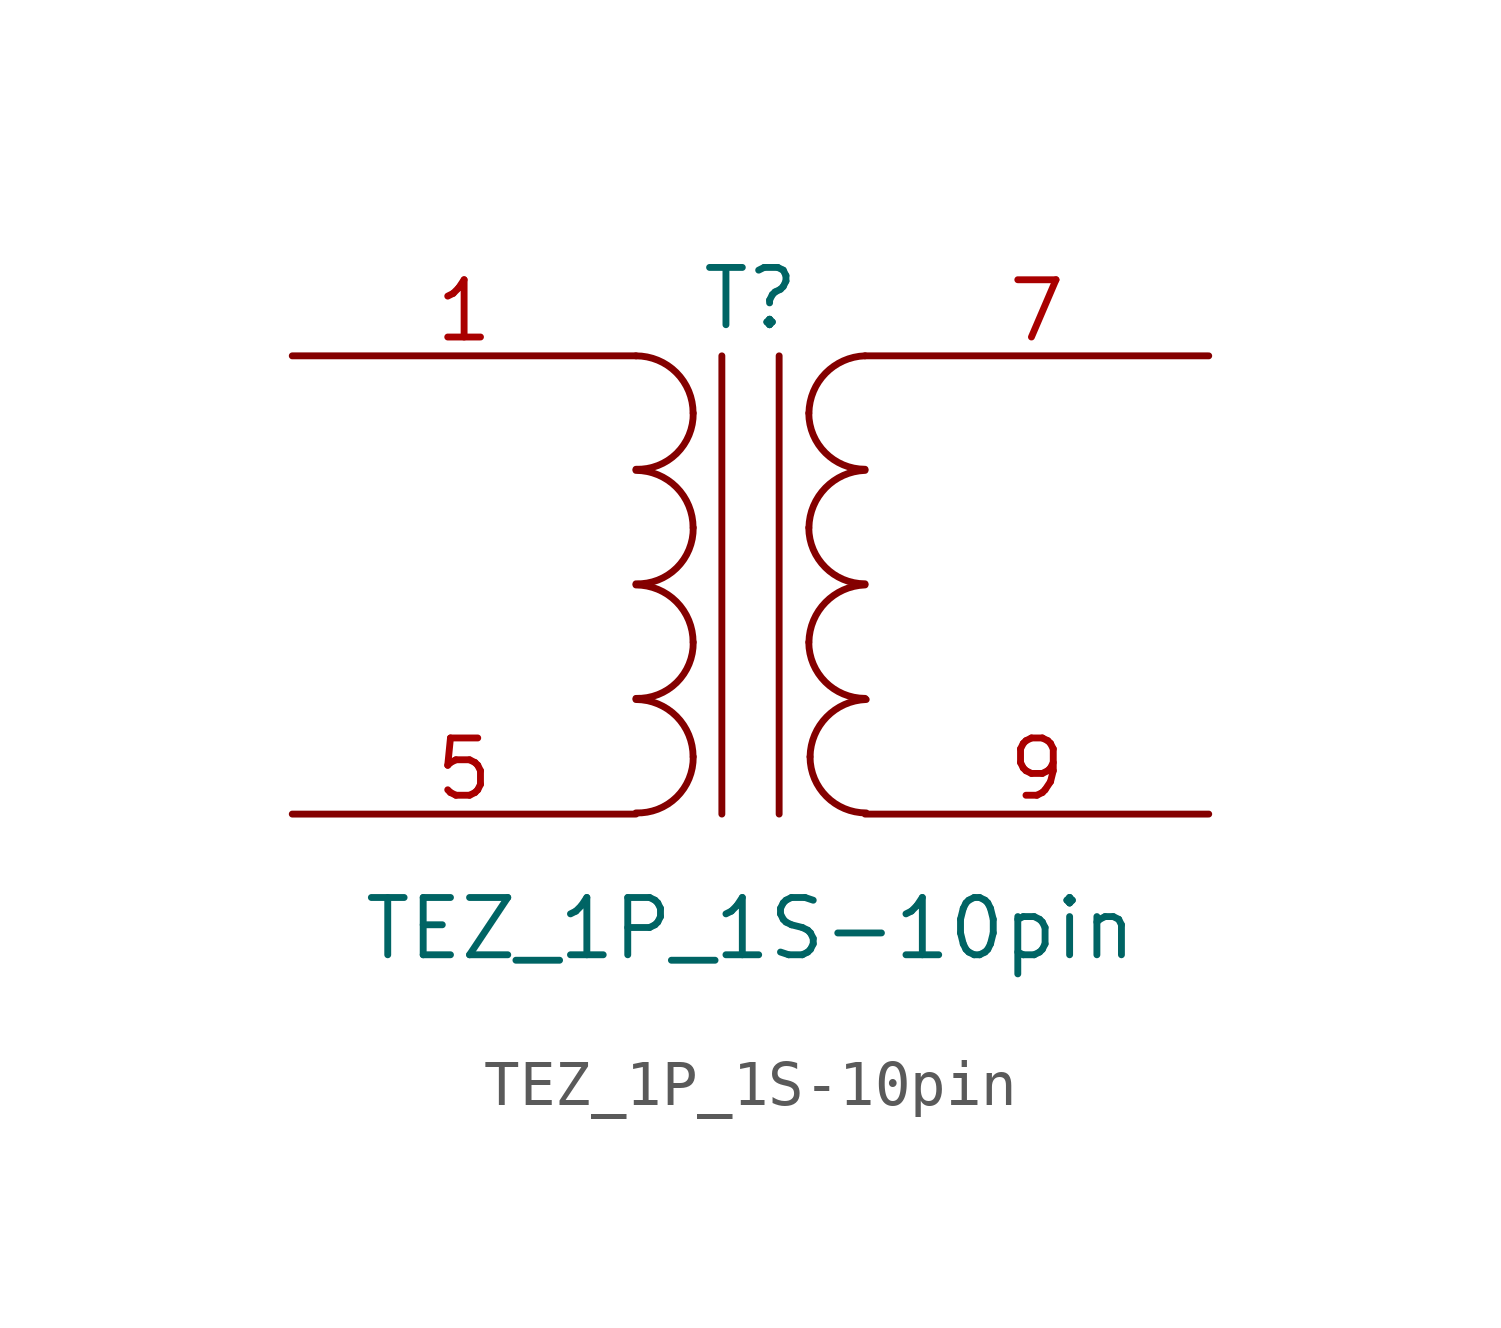
<source format=kicad_sym>
(kicad_symbol_lib
  (version 20201005)
  (generator kicad_symbol_editor)
  (symbol "TEZ_1P_1S-10pin"
    (pin_names
      (offset 1.016) hide)
    (property "Reference" "T"
      (at 0 6.35 0)
      (effects (font (size 1.27 1.27))))
    (property "Value" "TEZ_1P_1S-10pin"
      (at 0 -7.62 0)
      (effects (font (size 1.27 1.27))))
    (symbol "TEZ_1P_1S-10pin_0_1"
      (arc (start -2.54 -2.54) (end -1.27 -3.81) (radius (at -2.54 -3.81) (length 1.27) (angles 89.9 0.1)) (stroke (width 0)) (fill (type none)))
      (arc (start -1.27 -3.81) (end -2.54 -5.0546) (radius (at -2.54 -3.81) (length 1.27) (angles -0.1 -89.9)) (stroke (width 0)) (fill (type none)))
      (arc (start -2.54 0) (end -1.27 -1.27) (radius (at -2.54 -1.27) (length 1.27) (angles 89.9 0.1)) (stroke (width 0)) (fill (type none)))
      (arc (start -1.27 -1.27) (end -2.54 -2.5146) (radius (at -2.54 -1.27) (length 1.27) (angles -0.1 -89.9)) (stroke (width 0)) (fill (type none)))
      (arc (start -2.54 2.54) (end -1.27 1.27) (radius (at -2.54 1.27) (length 1.27) (angles 89.9 0.1)) (stroke (width 0)) (fill (type none)))
      (arc (start -1.27 1.27) (end -2.54 0.0254) (radius (at -2.54 1.27) (length 1.27) (angles -0.1 -89.9)) (stroke (width 0)) (fill (type none)))
      (arc (start -2.54 5.08) (end -1.27 3.81) (radius (at -2.54 3.81) (length 1.27) (angles 89.9 0.1)) (stroke (width 0)) (fill (type none)))
      (arc (start -1.27 3.81) (end -2.54 2.5654) (radius (at -2.54 3.81) (length 1.27) (angles -0.1 -89.9)) (stroke (width 0)) (fill (type none)))
      (arc (start 2.54 0) (end 1.2954 -1.27) (radius (at 2.54 -1.27) (length 1.27) (angles 89.9 -179.9)) (stroke (width 0)) (fill (type none)))
      (arc (start 1.2954 -1.27) (end 2.54 -2.5146) (radius (at 2.54 -1.27) (length 1.27) (angles 179.9 -89.9)) (stroke (width 0)) (fill (type none)))
      (arc (start 2.54 2.54) (end 1.2954 1.27) (radius (at 2.54 1.27) (length 1.27) (angles 89.9 -179.9)) (stroke (width 0)) (fill (type none)))
      (arc (start 1.2954 1.27) (end 2.54 0.0254) (radius (at 2.54 1.27) (length 1.27) (angles 179.9 -89.9)) (stroke (width 0)) (fill (type none)))
      (arc (start 2.54 5.08) (end 1.2954 3.81) (radius (at 2.54 3.81) (length 1.27) (angles 89.9 -179.9)) (stroke (width 0)) (fill (type none)))
      (arc (start 1.2954 3.81) (end 2.54 2.5654) (radius (at 2.54 3.81) (length 1.27) (angles 179.9 -89.9)) (stroke (width 0)) (fill (type none)))
      (arc (start 2.5654 -2.54) (end 1.3208 -3.81) (radius (at 2.5654 -3.81) (length 1.27) (angles 91 -179.9)) (stroke (width 0)) (fill (type none)))
      (arc (start 2.5654 -5.0546) (end 1.3208 -3.81) (radius (at 2.5654 -3.81) (length 1.27) (angles -91.2 -179.9)) (stroke (width 0)) (fill (type none)))
      (polyline (pts (xy -0.635 5.08) (xy -0.635 -5.08)) (stroke (width 0)) (fill (type none)))
      (polyline (pts (xy 0.635 -5.08) (xy 0.635 5.08)) (stroke (width 0)) (fill (type none))))
    (symbol "TEZ_1P_1S-10pin_1_1"
      (pin passive line (at -10.16 5.08 0) (length 7.62) (name "AA" (effects (font (size 1.27 1.27)))) (number "1" (effects (font (size 1.27 1.27)))))
      (pin passive line (at -10.16 -5.08 0) (length 7.62) (name "AB" (effects (font (size 1.27 1.27)))) (number "5" (effects (font (size 1.27 1.27)))))
      (pin passive line (at 10.16 5.08 180) (length 7.62) (name "SB" (effects (font (size 1.27 1.27)))) (number "7" (effects (font (size 1.27 1.27)))))
      (pin passive line (at 10.16 -5.08 180) (length 7.62) (name "SA" (effects (font (size 1.27 1.27)))) (number "9" (effects (font (size 1.27 1.27))))))))
</source>
